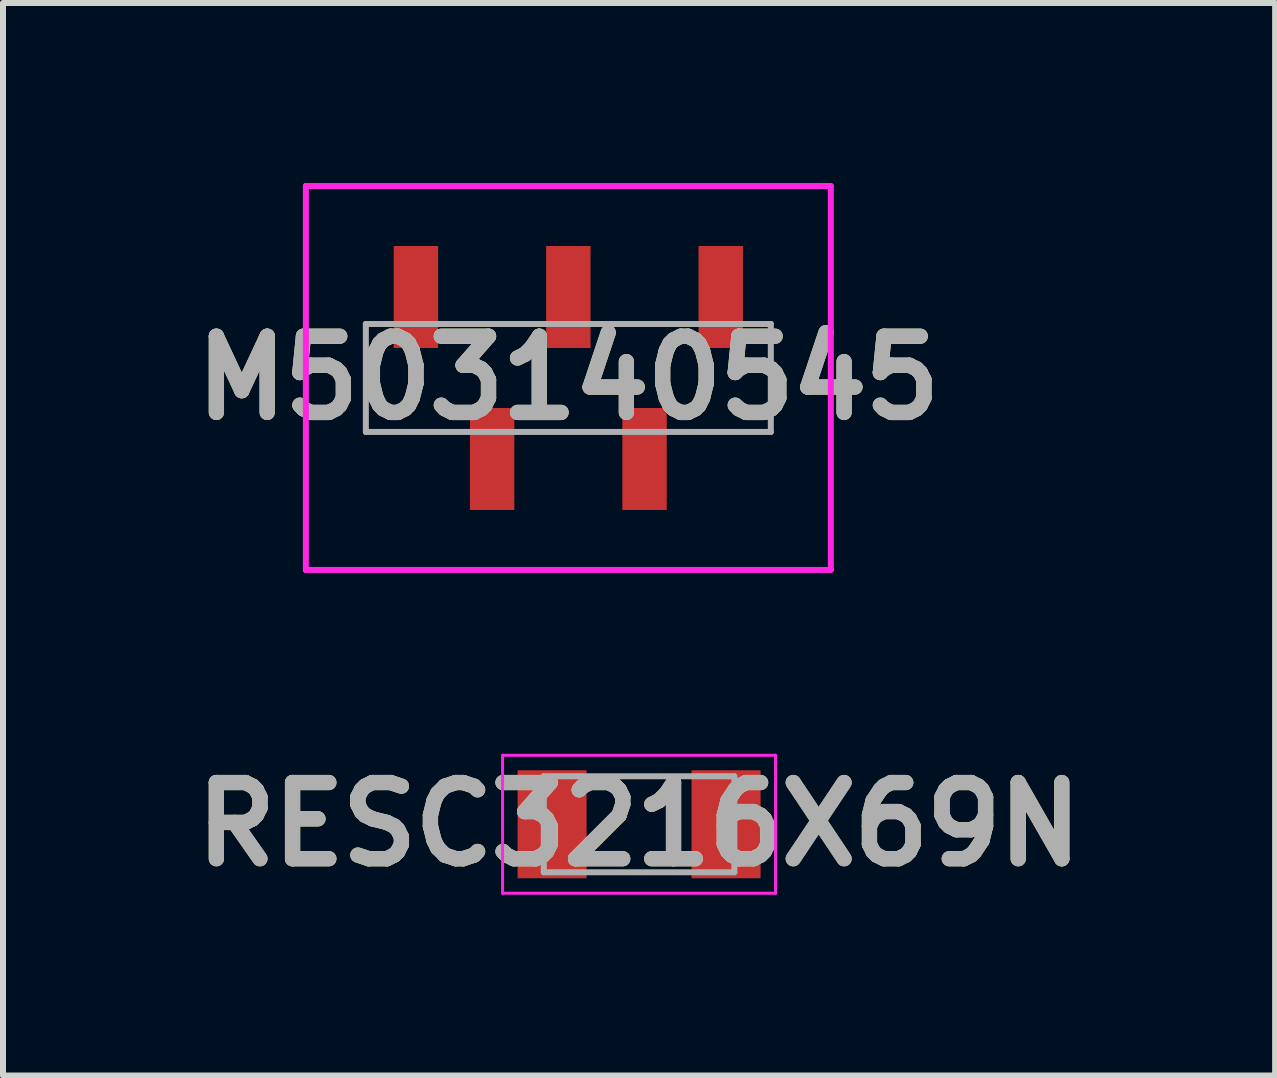
<source format=kicad_pcb>
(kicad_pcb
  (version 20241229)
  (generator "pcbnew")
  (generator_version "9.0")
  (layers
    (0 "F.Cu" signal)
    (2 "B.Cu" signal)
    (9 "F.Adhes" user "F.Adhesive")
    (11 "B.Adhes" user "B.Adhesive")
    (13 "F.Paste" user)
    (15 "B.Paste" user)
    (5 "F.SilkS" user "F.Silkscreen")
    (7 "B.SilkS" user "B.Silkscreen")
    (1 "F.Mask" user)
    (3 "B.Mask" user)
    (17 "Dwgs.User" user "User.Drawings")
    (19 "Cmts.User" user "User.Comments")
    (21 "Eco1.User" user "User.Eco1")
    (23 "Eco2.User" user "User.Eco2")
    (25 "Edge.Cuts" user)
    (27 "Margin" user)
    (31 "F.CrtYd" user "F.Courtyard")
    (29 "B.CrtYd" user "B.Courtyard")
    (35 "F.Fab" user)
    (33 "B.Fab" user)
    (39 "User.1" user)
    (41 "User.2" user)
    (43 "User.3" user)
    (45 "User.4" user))
  (footprint "M503140545"
    (layer "F.Cu")
    (at 6.423 3.25)
    (property "Reference" "M503140545" (at 0 0 0) (layer "F.SilkS") (effects (font (size 1.27 1.27) (thickness 0.254))))
    (attr smd)
    (fp_line (start -4.375 -3.2) (end 4.375 -3.2) (stroke (width 0.1) (type solid)) (layer "F.CrtYd"))
    (fp_line (start -4.375 3.2) (end -4.375 -3.2) (stroke (width 0.1) (type solid)) (layer "F.CrtYd"))
    (fp_line (start 4.375 -3.2) (end 4.375 3.2) (stroke (width 0.1) (type solid)) (layer "F.CrtYd"))
    (fp_line (start 4.375 3.2) (end -4.375 3.2) (stroke (width 0.1) (type solid)) (layer "F.CrtYd"))
    (fp_line (start -3.375 -0.9) (end 3.375 -0.9) (stroke (width 0.1) (type solid)) (layer "F.Fab"))
    (fp_line (start -3.375 0.9) (end -3.375 -0.9) (stroke (width 0.1) (type solid)) (layer "F.Fab"))
    (fp_line (start 3.375 -0.9) (end 3.375 0.9) (stroke (width 0.1) (type solid)) (layer "F.Fab"))
    (fp_line (start 3.375 0.9) (end -3.375 0.9) (stroke (width 0.1) (type solid)) (layer "F.Fab"))
    (fp_text user "${REFERENCE}" (at 0 0 0) (layer "F.Fab") (effects (font (size 1.27 1.27) (thickness 0.254))))
    (pad "1" smd rect (at -2.54 -1.35) (size 0.74 1.7) (layers "F.Cu" "F.Mask" "F.Paste"))
    (pad "2" smd rect (at -1.27 1.35) (size 0.74 1.7) (layers "F.Cu" "F.Mask" "F.Paste"))
    (pad "3" smd rect (at 0 -1.35) (size 0.74 1.7) (layers "F.Cu" "F.Mask" "F.Paste"))
    (pad "4" smd rect (at 1.27 1.35) (size 0.74 1.7) (layers "F.Cu" "F.Mask" "F.Paste"))
    (pad "5" smd rect (at 2.54 -1.35) (size 0.74 1.7) (layers "F.Cu" "F.Mask" "F.Paste")))
  (footprint "RESC3216X69N"
    (layer "F.Cu")
    (at 7.602 10.689)
    (property "Reference" "RESC3216X69N" (at 0 0 0) (layer "F.SilkS") (effects (font (size 1.27 1.27) (thickness 0.254))))
    (attr smd)
    (fp_line (start -2.275 -1.15) (end 2.275 -1.15) (stroke (width 0.05) (type solid)) (layer "F.CrtYd"))
    (fp_line (start -2.275 1.15) (end -2.275 -1.15) (stroke (width 0.05) (type solid)) (layer "F.CrtYd"))
    (fp_line (start 2.275 -1.15) (end 2.275 1.15) (stroke (width 0.05) (type solid)) (layer "F.CrtYd"))
    (fp_line (start 2.275 1.15) (end -2.275 1.15) (stroke (width 0.05) (type solid)) (layer "F.CrtYd"))
    (fp_line (start -1.588 -0.8) (end 1.588 -0.8) (stroke (width 0.1) (type solid)) (layer "F.Fab"))
    (fp_line (start -1.588 0.8) (end -1.588 -0.8) (stroke (width 0.1) (type solid)) (layer "F.Fab"))
    (fp_line (start 1.588 -0.8) (end 1.588 0.8) (stroke (width 0.1) (type solid)) (layer "F.Fab"))
    (fp_line (start 1.588 0.8) (end -1.588 0.8) (stroke (width 0.1) (type solid)) (layer "F.Fab"))
    (fp_text user "${REFERENCE}" (at 0 0 0) (layer "F.Fab") (effects (font (size 1.27 1.27) (thickness 0.254))))
    (pad "1" smd rect (at -1.45 0) (size 1.15 1.8) (layers "F.Cu" "F.Mask" "F.Paste"))
    (pad "2" smd rect (at 1.45 0) (size 1.15 1.8) (layers "F.Cu" "F.Mask" "F.Paste")))
  (gr_rect
    (start -3 -3)
    (end 18.204 14.877)
    (stroke (width 0.1) (type default))
    (fill no)
    (layer "Edge.Cuts")))
</source>
